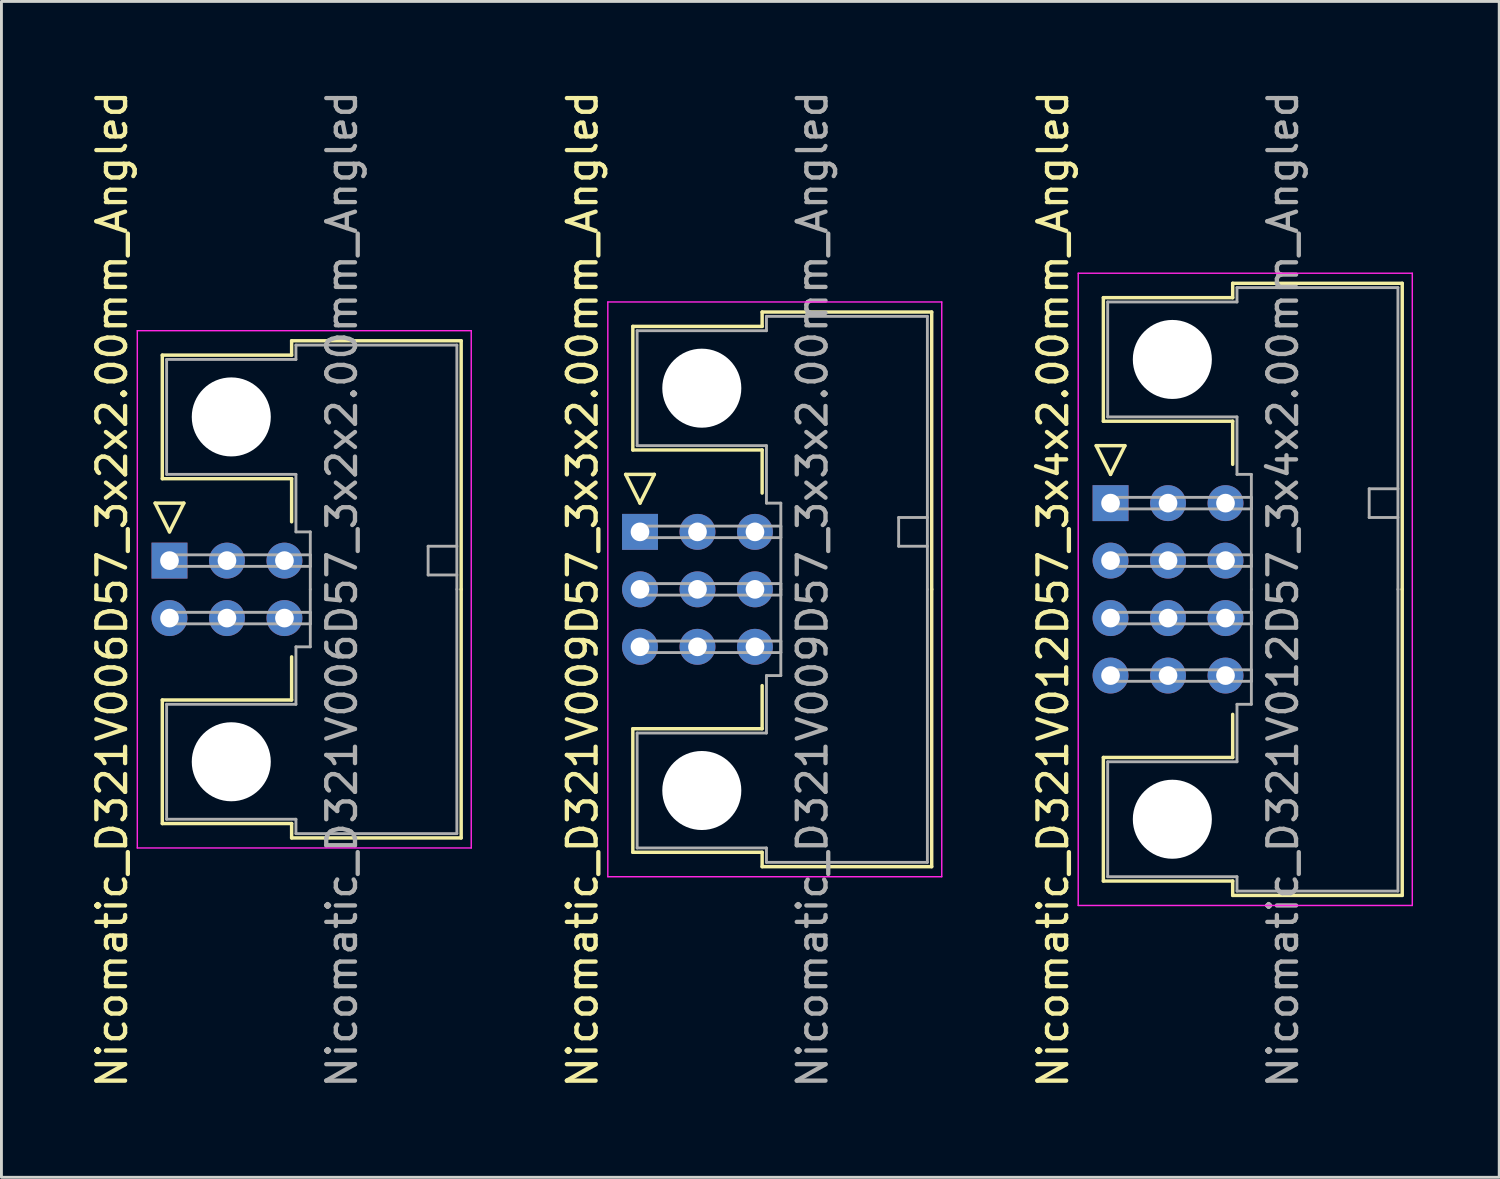
<source format=kicad_pcb>
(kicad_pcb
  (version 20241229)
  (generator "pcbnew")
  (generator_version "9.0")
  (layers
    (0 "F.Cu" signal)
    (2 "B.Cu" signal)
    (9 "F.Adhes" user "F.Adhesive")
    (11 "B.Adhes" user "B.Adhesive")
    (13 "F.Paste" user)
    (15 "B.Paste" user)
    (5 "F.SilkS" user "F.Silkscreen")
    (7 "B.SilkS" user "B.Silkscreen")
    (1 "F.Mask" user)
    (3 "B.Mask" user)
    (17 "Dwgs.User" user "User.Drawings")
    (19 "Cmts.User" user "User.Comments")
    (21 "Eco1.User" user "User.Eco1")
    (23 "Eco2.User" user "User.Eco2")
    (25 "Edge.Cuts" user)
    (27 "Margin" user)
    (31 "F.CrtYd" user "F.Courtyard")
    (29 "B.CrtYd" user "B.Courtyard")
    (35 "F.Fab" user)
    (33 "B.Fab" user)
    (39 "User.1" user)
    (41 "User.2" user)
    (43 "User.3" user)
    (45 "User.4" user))
  (footprint "Nicomatic_D321V009D57_3x3x2.00mm_Angled"
    (layer "F.Cu")
    (at 19.221 15.458)
    (property "Reference" "Nicomatic_D321V009D57_3x3x2.00mm_Angled" (at -2 2 90) (layer "F.SilkS") (effects (font (size 1 1) (thickness 0.15))))
    (attr through_hole)
    (fp_line (start -0.5 -2) (end 0 -1) (stroke (width 0.12) (type solid)) (layer "F.SilkS"))
    (fp_line (start -0.25 -7.15) (end -0.25 -2.85) (stroke (width 0.12) (type solid)) (layer "F.SilkS"))
    (fp_line (start -0.25 -2.85) (end 4.25 -2.85) (stroke (width 0.12) (type solid)) (layer "F.SilkS"))
    (fp_line (start -0.25 6.85) (end 4.25 6.85) (stroke (width 0.12) (type solid)) (layer "F.SilkS"))
    (fp_line (start -0.25 11.15) (end -0.25 6.85) (stroke (width 0.12) (type solid)) (layer "F.SilkS"))
    (fp_line (start 0 -1) (end 0.5 -2) (stroke (width 0.12) (type solid)) (layer "F.SilkS"))
    (fp_line (start 0.5 -2) (end -0.5 -2) (stroke (width 0.12) (type solid)) (layer "F.SilkS"))
    (fp_line (start 4.25 -7.65) (end 4.25 -7.15) (stroke (width 0.12) (type solid)) (layer "F.SilkS"))
    (fp_line (start 4.25 -7.15) (end -0.25 -7.15) (stroke (width 0.12) (type solid)) (layer "F.SilkS"))
    (fp_line (start 4.25 -2.85) (end 4.25 -1.35) (stroke (width 0.12) (type solid)) (layer "F.SilkS"))
    (fp_line (start 4.25 6.85) (end 4.25 5.35) (stroke (width 0.12) (type solid)) (layer "F.SilkS"))
    (fp_line (start 4.25 11.15) (end -0.25 11.15) (stroke (width 0.12) (type solid)) (layer "F.SilkS"))
    (fp_line (start 4.25 11.65) (end 4.25 11.15) (stroke (width 0.12) (type solid)) (layer "F.SilkS"))
    (fp_line (start 10.15 -7.65) (end 4.25 -7.65) (stroke (width 0.12) (type solid)) (layer "F.SilkS"))
    (fp_line (start 10.15 2) (end 10.15 -7.65) (stroke (width 0.12) (type solid)) (layer "F.SilkS"))
    (fp_line (start 10.15 2) (end 10.15 11.65) (stroke (width 0.12) (type solid)) (layer "F.SilkS"))
    (fp_line (start 10.15 11.65) (end 4.25 11.65) (stroke (width 0.12) (type solid)) (layer "F.SilkS"))
    (fp_line (start -1.12 -8) (end -1.12 12) (stroke (width 0.05) (type solid)) (layer "F.CrtYd"))
    (fp_line (start -1.12 12) (end 10.5 12) (stroke (width 0.05) (type solid)) (layer "F.CrtYd"))
    (fp_line (start 10.5 -8) (end -1.12 -8) (stroke (width 0.05) (type solid)) (layer "F.CrtYd"))
    (fp_line (start 10.5 12) (end 10.5 -8) (stroke (width 0.05) (type solid)) (layer "F.CrtYd"))
    (fp_line (start -0.1 -7) (end -0.1 -3) (stroke (width 0.1) (type solid)) (layer "F.Fab"))
    (fp_line (start -0.1 -3) (end 4.4 -3) (stroke (width 0.1) (type solid)) (layer "F.Fab"))
    (fp_line (start -0.1 7) (end 4.4 7) (stroke (width 0.1) (type solid)) (layer "F.Fab"))
    (fp_line (start -0.1 11) (end -0.1 7) (stroke (width 0.1) (type solid)) (layer "F.Fab"))
    (fp_line (start 0 -0.2) (end 0 0.2) (stroke (width 0.1) (type solid)) (layer "F.Fab"))
    (fp_line (start 0 0.2) (end 4.9 0.2) (stroke (width 0.1) (type solid)) (layer "F.Fab"))
    (fp_line (start 0 1.8) (end 0 2.2) (stroke (width 0.1) (type solid)) (layer "F.Fab"))
    (fp_line (start 0 2.2) (end 4.9 2.2) (stroke (width 0.1) (type solid)) (layer "F.Fab"))
    (fp_line (start 0 3.8) (end 0 4.2) (stroke (width 0.1) (type solid)) (layer "F.Fab"))
    (fp_line (start 0 4.2) (end 4.9 4.2) (stroke (width 0.1) (type solid)) (layer "F.Fab"))
    (fp_line (start 4.4 -7.5) (end 4.4 -7) (stroke (width 0.1) (type solid)) (layer "F.Fab"))
    (fp_line (start 4.4 -7) (end -0.1 -7) (stroke (width 0.1) (type solid)) (layer "F.Fab"))
    (fp_line (start 4.4 -3) (end 4.4 -1) (stroke (width 0.1) (type solid)) (layer "F.Fab"))
    (fp_line (start 4.4 -1) (end 4.9 -1) (stroke (width 0.1) (type solid)) (layer "F.Fab"))
    (fp_line (start 4.4 5) (end 4.9 5) (stroke (width 0.1) (type solid)) (layer "F.Fab"))
    (fp_line (start 4.4 7) (end 4.4 5) (stroke (width 0.1) (type solid)) (layer "F.Fab"))
    (fp_line (start 4.4 11) (end -0.1 11) (stroke (width 0.1) (type solid)) (layer "F.Fab"))
    (fp_line (start 4.4 11.5) (end 4.4 11) (stroke (width 0.1) (type solid)) (layer "F.Fab"))
    (fp_line (start 4.9 -1) (end 4.9 2) (stroke (width 0.1) (type solid)) (layer "F.Fab"))
    (fp_line (start 4.9 -0.2) (end 0 -0.2) (stroke (width 0.1) (type solid)) (layer "F.Fab"))
    (fp_line (start 4.9 0.2) (end 4.9 -0.2) (stroke (width 0.1) (type solid)) (layer "F.Fab"))
    (fp_line (start 4.9 1.8) (end 0 1.8) (stroke (width 0.1) (type solid)) (layer "F.Fab"))
    (fp_line (start 4.9 2.2) (end 4.9 1.8) (stroke (width 0.1) (type solid)) (layer "F.Fab"))
    (fp_line (start 4.9 3.8) (end 0 3.8) (stroke (width 0.1) (type solid)) (layer "F.Fab"))
    (fp_line (start 4.9 4.2) (end 4.9 3.8) (stroke (width 0.1) (type solid)) (layer "F.Fab"))
    (fp_line (start 4.9 5) (end 4.9 2) (stroke (width 0.1) (type solid)) (layer "F.Fab"))
    (fp_line (start 9 -0.5) (end 9 0.5) (stroke (width 0.1) (type solid)) (layer "F.Fab"))
    (fp_line (start 9 0.5) (end 10 0.5) (stroke (width 0.1) (type solid)) (layer "F.Fab"))
    (fp_line (start 10 -7.5) (end 4.4 -7.5) (stroke (width 0.1) (type solid)) (layer "F.Fab"))
    (fp_line (start 10 -0.5) (end 9 -0.5) (stroke (width 0.1) (type solid)) (layer "F.Fab"))
    (fp_line (start 10 2) (end 10 -7.5) (stroke (width 0.1) (type solid)) (layer "F.Fab"))
    (fp_line (start 10 2) (end 10 11.5) (stroke (width 0.1) (type solid)) (layer "F.Fab"))
    (fp_line (start 10 11.5) (end 4.4 11.5) (stroke (width 0.1) (type solid)) (layer "F.Fab"))
    (fp_text user "${REFERENCE}" (at 6 2 90) (layer "F.Fab") (effects (font (size 1 1) (thickness 0.15))))
    (pad "" np_thru_hole circle (at 2.15 -5) (size 2.75 2.75) (drill 2.75) (layers "*.Cu" "*.Mask"))
    (pad "" np_thru_hole circle (at 2.15 9) (size 2.75 2.75) (drill 2.75) (layers "*.Cu" "*.Mask"))
    (pad "1" thru_hole rect (at 0 0) (size 1.25 1.25) (drill 0.65) (layers "*.Cu" "*.Mask"))
    (pad "2" thru_hole oval (at 0 2) (size 1.25 1.25) (drill 0.65) (layers "*.Cu" "*.Mask"))
    (pad "3" thru_hole oval (at 0 4) (size 1.25 1.25) (drill 0.65) (layers "*.Cu" "*.Mask"))
    (pad "4" thru_hole oval (at 2 0) (size 1.25 1.25) (drill 0.65) (layers "*.Cu" "*.Mask"))
    (pad "5" thru_hole oval (at 2 2) (size 1.25 1.25) (drill 0.65) (layers "*.Cu" "*.Mask"))
    (pad "6" thru_hole oval (at 2 4) (size 1.25 1.25) (drill 0.65) (layers "*.Cu" "*.Mask"))
    (pad "7" thru_hole oval (at 4 0) (size 1.25 1.25) (drill 0.65) (layers "*.Cu" "*.Mask"))
    (pad "8" thru_hole oval (at 4 2) (size 1.25 1.25) (drill 0.65) (layers "*.Cu" "*.Mask"))
    (pad "9" thru_hole oval (at 4 4) (size 1.25 1.25) (drill 0.65) (layers "*.Cu" "*.Mask")))
  (footprint "Nicomatic_D321V012D57_3x4x2.00mm_Angled"
    (layer "F.Cu")
    (at 35.595 14.458)
    (property "Reference" "Nicomatic_D321V012D57_3x4x2.00mm_Angled" (at -2 3 90) (layer "F.SilkS") (effects (font (size 1 1) (thickness 0.15))))
    (attr through_hole)
    (fp_line (start -0.5 -2) (end 0 -1) (stroke (width 0.12) (type solid)) (layer "F.SilkS"))
    (fp_line (start -0.25 -7.15) (end -0.25 -2.85) (stroke (width 0.12) (type solid)) (layer "F.SilkS"))
    (fp_line (start -0.25 -2.85) (end 4.25 -2.85) (stroke (width 0.12) (type solid)) (layer "F.SilkS"))
    (fp_line (start -0.25 8.85) (end 4.25 8.85) (stroke (width 0.12) (type solid)) (layer "F.SilkS"))
    (fp_line (start -0.25 13.15) (end -0.25 8.85) (stroke (width 0.12) (type solid)) (layer "F.SilkS"))
    (fp_line (start 0 -1) (end 0.5 -2) (stroke (width 0.12) (type solid)) (layer "F.SilkS"))
    (fp_line (start 0.5 -2) (end -0.5 -2) (stroke (width 0.12) (type solid)) (layer "F.SilkS"))
    (fp_line (start 4.25 -7.65) (end 4.25 -7.15) (stroke (width 0.12) (type solid)) (layer "F.SilkS"))
    (fp_line (start 4.25 -7.15) (end -0.25 -7.15) (stroke (width 0.12) (type solid)) (layer "F.SilkS"))
    (fp_line (start 4.25 -2.85) (end 4.25 -1.35) (stroke (width 0.12) (type solid)) (layer "F.SilkS"))
    (fp_line (start 4.25 8.85) (end 4.25 7.35) (stroke (width 0.12) (type solid)) (layer "F.SilkS"))
    (fp_line (start 4.25 13.15) (end -0.25 13.15) (stroke (width 0.12) (type solid)) (layer "F.SilkS"))
    (fp_line (start 4.25 13.65) (end 4.25 13.15) (stroke (width 0.12) (type solid)) (layer "F.SilkS"))
    (fp_line (start 10.15 -7.65) (end 4.25 -7.65) (stroke (width 0.12) (type solid)) (layer "F.SilkS"))
    (fp_line (start 10.15 3) (end 10.15 -7.65) (stroke (width 0.12) (type solid)) (layer "F.SilkS"))
    (fp_line (start 10.15 3) (end 10.15 13.65) (stroke (width 0.12) (type solid)) (layer "F.SilkS"))
    (fp_line (start 10.15 13.65) (end 4.25 13.65) (stroke (width 0.12) (type solid)) (layer "F.SilkS"))
    (fp_line (start -1.125 -8) (end -1.125 14) (stroke (width 0.05) (type solid)) (layer "F.CrtYd"))
    (fp_line (start -1.125 14) (end 10.5 14) (stroke (width 0.05) (type solid)) (layer "F.CrtYd"))
    (fp_line (start 10.5 -8) (end -1.125 -8) (stroke (width 0.05) (type solid)) (layer "F.CrtYd"))
    (fp_line (start 10.5 14) (end 10.5 -8) (stroke (width 0.05) (type solid)) (layer "F.CrtYd"))
    (fp_line (start -0.1 -7) (end -0.1 -3) (stroke (width 0.1) (type solid)) (layer "F.Fab"))
    (fp_line (start -0.1 -3) (end 4.4 -3) (stroke (width 0.1) (type solid)) (layer "F.Fab"))
    (fp_line (start -0.1 9) (end 4.4 9) (stroke (width 0.1) (type solid)) (layer "F.Fab"))
    (fp_line (start -0.1 13) (end -0.1 9) (stroke (width 0.1) (type solid)) (layer "F.Fab"))
    (fp_line (start 0 -0.2) (end 0 0.2) (stroke (width 0.1) (type solid)) (layer "F.Fab"))
    (fp_line (start 0 0.2) (end 4.9 0.2) (stroke (width 0.1) (type solid)) (layer "F.Fab"))
    (fp_line (start 0 1.8) (end 0 2.2) (stroke (width 0.1) (type solid)) (layer "F.Fab"))
    (fp_line (start 0 2.2) (end 4.9 2.2) (stroke (width 0.1) (type solid)) (layer "F.Fab"))
    (fp_line (start 0 3.8) (end 0 4.2) (stroke (width 0.1) (type solid)) (layer "F.Fab"))
    (fp_line (start 0 4.2) (end 4.9 4.2) (stroke (width 0.1) (type solid)) (layer "F.Fab"))
    (fp_line (start 0 5.8) (end 0 6.2) (stroke (width 0.1) (type solid)) (layer "F.Fab"))
    (fp_line (start 0 6.2) (end 4.9 6.2) (stroke (width 0.1) (type solid)) (layer "F.Fab"))
    (fp_line (start 4.4 -7.5) (end 4.4 -7) (stroke (width 0.1) (type solid)) (layer "F.Fab"))
    (fp_line (start 4.4 -7) (end -0.1 -7) (stroke (width 0.1) (type solid)) (layer "F.Fab"))
    (fp_line (start 4.4 -3) (end 4.4 -1) (stroke (width 0.1) (type solid)) (layer "F.Fab"))
    (fp_line (start 4.4 -1) (end 4.9 -1) (stroke (width 0.1) (type solid)) (layer "F.Fab"))
    (fp_line (start 4.4 7) (end 4.9 7) (stroke (width 0.1) (type solid)) (layer "F.Fab"))
    (fp_line (start 4.4 9) (end 4.4 7) (stroke (width 0.1) (type solid)) (layer "F.Fab"))
    (fp_line (start 4.4 13) (end -0.1 13) (stroke (width 0.1) (type solid)) (layer "F.Fab"))
    (fp_line (start 4.4 13.5) (end 4.4 13) (stroke (width 0.1) (type solid)) (layer "F.Fab"))
    (fp_line (start 4.9 -1) (end 4.9 3) (stroke (width 0.1) (type solid)) (layer "F.Fab"))
    (fp_line (start 4.9 -0.2) (end 0 -0.2) (stroke (width 0.1) (type solid)) (layer "F.Fab"))
    (fp_line (start 4.9 0.2) (end 4.9 -0.2) (stroke (width 0.1) (type solid)) (layer "F.Fab"))
    (fp_line (start 4.9 1.8) (end 0 1.8) (stroke (width 0.1) (type solid)) (layer "F.Fab"))
    (fp_line (start 4.9 2.2) (end 4.9 1.8) (stroke (width 0.1) (type solid)) (layer "F.Fab"))
    (fp_line (start 4.9 3.8) (end 0 3.8) (stroke (width 0.1) (type solid)) (layer "F.Fab"))
    (fp_line (start 4.9 4.2) (end 4.9 3.8) (stroke (width 0.1) (type solid)) (layer "F.Fab"))
    (fp_line (start 4.9 5.8) (end 0 5.8) (stroke (width 0.1) (type solid)) (layer "F.Fab"))
    (fp_line (start 4.9 6.2) (end 4.9 5.8) (stroke (width 0.1) (type solid)) (layer "F.Fab"))
    (fp_line (start 4.9 7) (end 4.9 3) (stroke (width 0.1) (type solid)) (layer "F.Fab"))
    (fp_line (start 9 -0.5) (end 9 0.5) (stroke (width 0.1) (type solid)) (layer "F.Fab"))
    (fp_line (start 9 0.5) (end 10 0.5) (stroke (width 0.1) (type solid)) (layer "F.Fab"))
    (fp_line (start 10 -7.5) (end 4.4 -7.5) (stroke (width 0.1) (type solid)) (layer "F.Fab"))
    (fp_line (start 10 -0.5) (end 9 -0.5) (stroke (width 0.1) (type solid)) (layer "F.Fab"))
    (fp_line (start 10 3) (end 10 -7.5) (stroke (width 0.1) (type solid)) (layer "F.Fab"))
    (fp_line (start 10 3) (end 10 13.5) (stroke (width 0.1) (type solid)) (layer "F.Fab"))
    (fp_line (start 10 13.5) (end 4.4 13.5) (stroke (width 0.1) (type solid)) (layer "F.Fab"))
    (fp_text user "${REFERENCE}" (at 6 3 90) (layer "F.Fab") (effects (font (size 1 1) (thickness 0.15))))
    (pad "" np_thru_hole circle (at 2.15 -5) (size 2.75 2.75) (drill 2.75) (layers "*.Cu" "*.Mask"))
    (pad "" np_thru_hole circle (at 2.15 11) (size 2.75 2.75) (drill 2.75) (layers "*.Cu" "*.Mask"))
    (pad "1" thru_hole rect (at 0 0) (size 1.25 1.25) (drill 0.65) (layers "*.Cu" "*.Mask"))
    (pad "2" thru_hole oval (at 0 2) (size 1.25 1.25) (drill 0.65) (layers "*.Cu" "*.Mask"))
    (pad "3" thru_hole oval (at 0 4) (size 1.25 1.25) (drill 0.65) (layers "*.Cu" "*.Mask"))
    (pad "4" thru_hole oval (at 0 6) (size 1.25 1.25) (drill 0.65) (layers "*.Cu" "*.Mask"))
    (pad "5" thru_hole oval (at 2 0) (size 1.25 1.25) (drill 0.65) (layers "*.Cu" "*.Mask"))
    (pad "6" thru_hole oval (at 2 2) (size 1.25 1.25) (drill 0.65) (layers "*.Cu" "*.Mask"))
    (pad "7" thru_hole oval (at 2 4) (size 1.25 1.25) (drill 0.65) (layers "*.Cu" "*.Mask"))
    (pad "8" thru_hole oval (at 2 6) (size 1.25 1.25) (drill 0.65) (layers "*.Cu" "*.Mask"))
    (pad "9" thru_hole oval (at 4 0) (size 1.25 1.25) (drill 0.65) (layers "*.Cu" "*.Mask"))
    (pad "10" thru_hole oval (at 4 2) (size 1.25 1.25) (drill 0.65) (layers "*.Cu" "*.Mask"))
    (pad "11" thru_hole oval (at 4 4) (size 1.25 1.25) (drill 0.65) (layers "*.Cu" "*.Mask"))
    (pad "12" thru_hole oval (at 4 6) (size 1.25 1.25) (drill 0.65) (layers "*.Cu" "*.Mask")))
  (footprint "Nicomatic_D321V006D57_3x2x2.00mm_Angled"
    (layer "F.Cu")
    (at 2.848 16.458)
    (property "Reference" "Nicomatic_D321V006D57_3x2x2.00mm_Angled" (at -2 1 90) (layer "F.SilkS") (effects (font (size 1 1) (thickness 0.15))))
    (attr through_hole)
    (fp_line (start -0.5 -2) (end 0 -1) (stroke (width 0.12) (type solid)) (layer "F.SilkS"))
    (fp_line (start -0.25 -7.15) (end -0.25 -2.85) (stroke (width 0.12) (type solid)) (layer "F.SilkS"))
    (fp_line (start -0.25 -2.85) (end 4.25 -2.85) (stroke (width 0.12) (type solid)) (layer "F.SilkS"))
    (fp_line (start -0.25 4.85) (end 4.25 4.85) (stroke (width 0.12) (type solid)) (layer "F.SilkS"))
    (fp_line (start -0.25 9.15) (end -0.25 4.85) (stroke (width 0.12) (type solid)) (layer "F.SilkS"))
    (fp_line (start 0 -1) (end 0.5 -2) (stroke (width 0.12) (type solid)) (layer "F.SilkS"))
    (fp_line (start 0.5 -2) (end -0.5 -2) (stroke (width 0.12) (type solid)) (layer "F.SilkS"))
    (fp_line (start 4.25 -7.65) (end 4.25 -7.15) (stroke (width 0.12) (type solid)) (layer "F.SilkS"))
    (fp_line (start 4.25 -7.15) (end -0.25 -7.15) (stroke (width 0.12) (type solid)) (layer "F.SilkS"))
    (fp_line (start 4.25 -2.85) (end 4.25 -1.35) (stroke (width 0.12) (type solid)) (layer "F.SilkS"))
    (fp_line (start 4.25 4.85) (end 4.25 3.35) (stroke (width 0.12) (type solid)) (layer "F.SilkS"))
    (fp_line (start 4.25 9.15) (end -0.25 9.15) (stroke (width 0.12) (type solid)) (layer "F.SilkS"))
    (fp_line (start 4.25 9.65) (end 4.25 9.15) (stroke (width 0.12) (type solid)) (layer "F.SilkS"))
    (fp_line (start 10.15 -7.65) (end 4.25 -7.65) (stroke (width 0.12) (type solid)) (layer "F.SilkS"))
    (fp_line (start 10.15 1) (end 10.15 -7.65) (stroke (width 0.12) (type solid)) (layer "F.SilkS"))
    (fp_line (start 10.15 1) (end 10.15 9.65) (stroke (width 0.12) (type solid)) (layer "F.SilkS"))
    (fp_line (start 10.15 9.65) (end 4.25 9.65) (stroke (width 0.12) (type solid)) (layer "F.SilkS"))
    (fp_line (start -1.12 -8) (end -1.12 10) (stroke (width 0.05) (type solid)) (layer "F.CrtYd"))
    (fp_line (start -1.12 10) (end 10.5 10) (stroke (width 0.05) (type solid)) (layer "F.CrtYd"))
    (fp_line (start 10.5 -8) (end -1.12 -8) (stroke (width 0.05) (type solid)) (layer "F.CrtYd"))
    (fp_line (start 10.5 10) (end 10.5 -8) (stroke (width 0.05) (type solid)) (layer "F.CrtYd"))
    (fp_line (start -0.1 -7) (end -0.1 -3) (stroke (width 0.1) (type solid)) (layer "F.Fab"))
    (fp_line (start -0.1 -3) (end 4.4 -3) (stroke (width 0.1) (type solid)) (layer "F.Fab"))
    (fp_line (start -0.1 5) (end 4.4 5) (stroke (width 0.1) (type solid)) (layer "F.Fab"))
    (fp_line (start -0.1 9) (end -0.1 5) (stroke (width 0.1) (type solid)) (layer "F.Fab"))
    (fp_line (start 0 -0.2) (end 0 0.2) (stroke (width 0.1) (type solid)) (layer "F.Fab"))
    (fp_line (start 0 0.2) (end 4.9 0.2) (stroke (width 0.1) (type solid)) (layer "F.Fab"))
    (fp_line (start 0 1.8) (end 0 2.2) (stroke (width 0.1) (type solid)) (layer "F.Fab"))
    (fp_line (start 0 2.2) (end 4.9 2.2) (stroke (width 0.1) (type solid)) (layer "F.Fab"))
    (fp_line (start 4.4 -7.5) (end 4.4 -7) (stroke (width 0.1) (type solid)) (layer "F.Fab"))
    (fp_line (start 4.4 -7) (end -0.1 -7) (stroke (width 0.1) (type solid)) (layer "F.Fab"))
    (fp_line (start 4.4 -3) (end 4.4 -1) (stroke (width 0.1) (type solid)) (layer "F.Fab"))
    (fp_line (start 4.4 -1) (end 4.9 -1) (stroke (width 0.1) (type solid)) (layer "F.Fab"))
    (fp_line (start 4.4 3) (end 4.9 3) (stroke (width 0.1) (type solid)) (layer "F.Fab"))
    (fp_line (start 4.4 5) (end 4.4 3) (stroke (width 0.1) (type solid)) (layer "F.Fab"))
    (fp_line (start 4.4 9) (end -0.1 9) (stroke (width 0.1) (type solid)) (layer "F.Fab"))
    (fp_line (start 4.4 9.5) (end 4.4 9) (stroke (width 0.1) (type solid)) (layer "F.Fab"))
    (fp_line (start 4.9 -1) (end 4.9 1) (stroke (width 0.1) (type solid)) (layer "F.Fab"))
    (fp_line (start 4.9 -0.2) (end 0 -0.2) (stroke (width 0.1) (type solid)) (layer "F.Fab"))
    (fp_line (start 4.9 0.2) (end 4.9 -0.2) (stroke (width 0.1) (type solid)) (layer "F.Fab"))
    (fp_line (start 4.9 1.8) (end 0 1.8) (stroke (width 0.1) (type solid)) (layer "F.Fab"))
    (fp_line (start 4.9 2.2) (end 4.9 1.8) (stroke (width 0.1) (type solid)) (layer "F.Fab"))
    (fp_line (start 4.9 3) (end 4.9 1) (stroke (width 0.1) (type solid)) (layer "F.Fab"))
    (fp_line (start 9 -0.5) (end 9 0.5) (stroke (width 0.1) (type solid)) (layer "F.Fab"))
    (fp_line (start 9 0.5) (end 10 0.5) (stroke (width 0.1) (type solid)) (layer "F.Fab"))
    (fp_line (start 10 -7.5) (end 4.4 -7.5) (stroke (width 0.1) (type solid)) (layer "F.Fab"))
    (fp_line (start 10 -0.5) (end 9 -0.5) (stroke (width 0.1) (type solid)) (layer "F.Fab"))
    (fp_line (start 10 1) (end 10 -7.5) (stroke (width 0.1) (type solid)) (layer "F.Fab"))
    (fp_line (start 10 1) (end 10 9.5) (stroke (width 0.1) (type solid)) (layer "F.Fab"))
    (fp_line (start 10 9.5) (end 4.4 9.5) (stroke (width 0.1) (type solid)) (layer "F.Fab"))
    (fp_text user "${REFERENCE}" (at 6 1 90) (layer "F.Fab") (effects (font (size 1 1) (thickness 0.15))))
    (pad "" np_thru_hole circle (at 2.15 -5) (size 2.75 2.75) (drill 2.75) (layers "*.Cu" "*.Mask"))
    (pad "" np_thru_hole circle (at 2.15 7) (size 2.75 2.75) (drill 2.75) (layers "*.Cu" "*.Mask"))
    (pad "1" thru_hole rect (at 0 0) (size 1.25 1.25) (drill 0.65) (layers "*.Cu" "*.Mask"))
    (pad "2" thru_hole oval (at 0 2) (size 1.25 1.25) (drill 0.65) (layers "*.Cu" "*.Mask"))
    (pad "3" thru_hole oval (at 2 0) (size 1.25 1.25) (drill 0.65) (layers "*.Cu" "*.Mask"))
    (pad "4" thru_hole oval (at 2 2) (size 1.25 1.25) (drill 0.65) (layers "*.Cu" "*.Mask"))
    (pad "5" thru_hole oval (at 4 0) (size 1.25 1.25) (drill 0.65) (layers "*.Cu" "*.Mask"))
    (pad "6" thru_hole oval (at 4 2) (size 1.25 1.25) (drill 0.65) (layers "*.Cu" "*.Mask")))
  (gr_rect
    (start -3 -3)
    (end 49.12 37.917)
    (stroke (width 0.1) (type default))
    (fill no)
    (layer "Edge.Cuts")))
</source>
